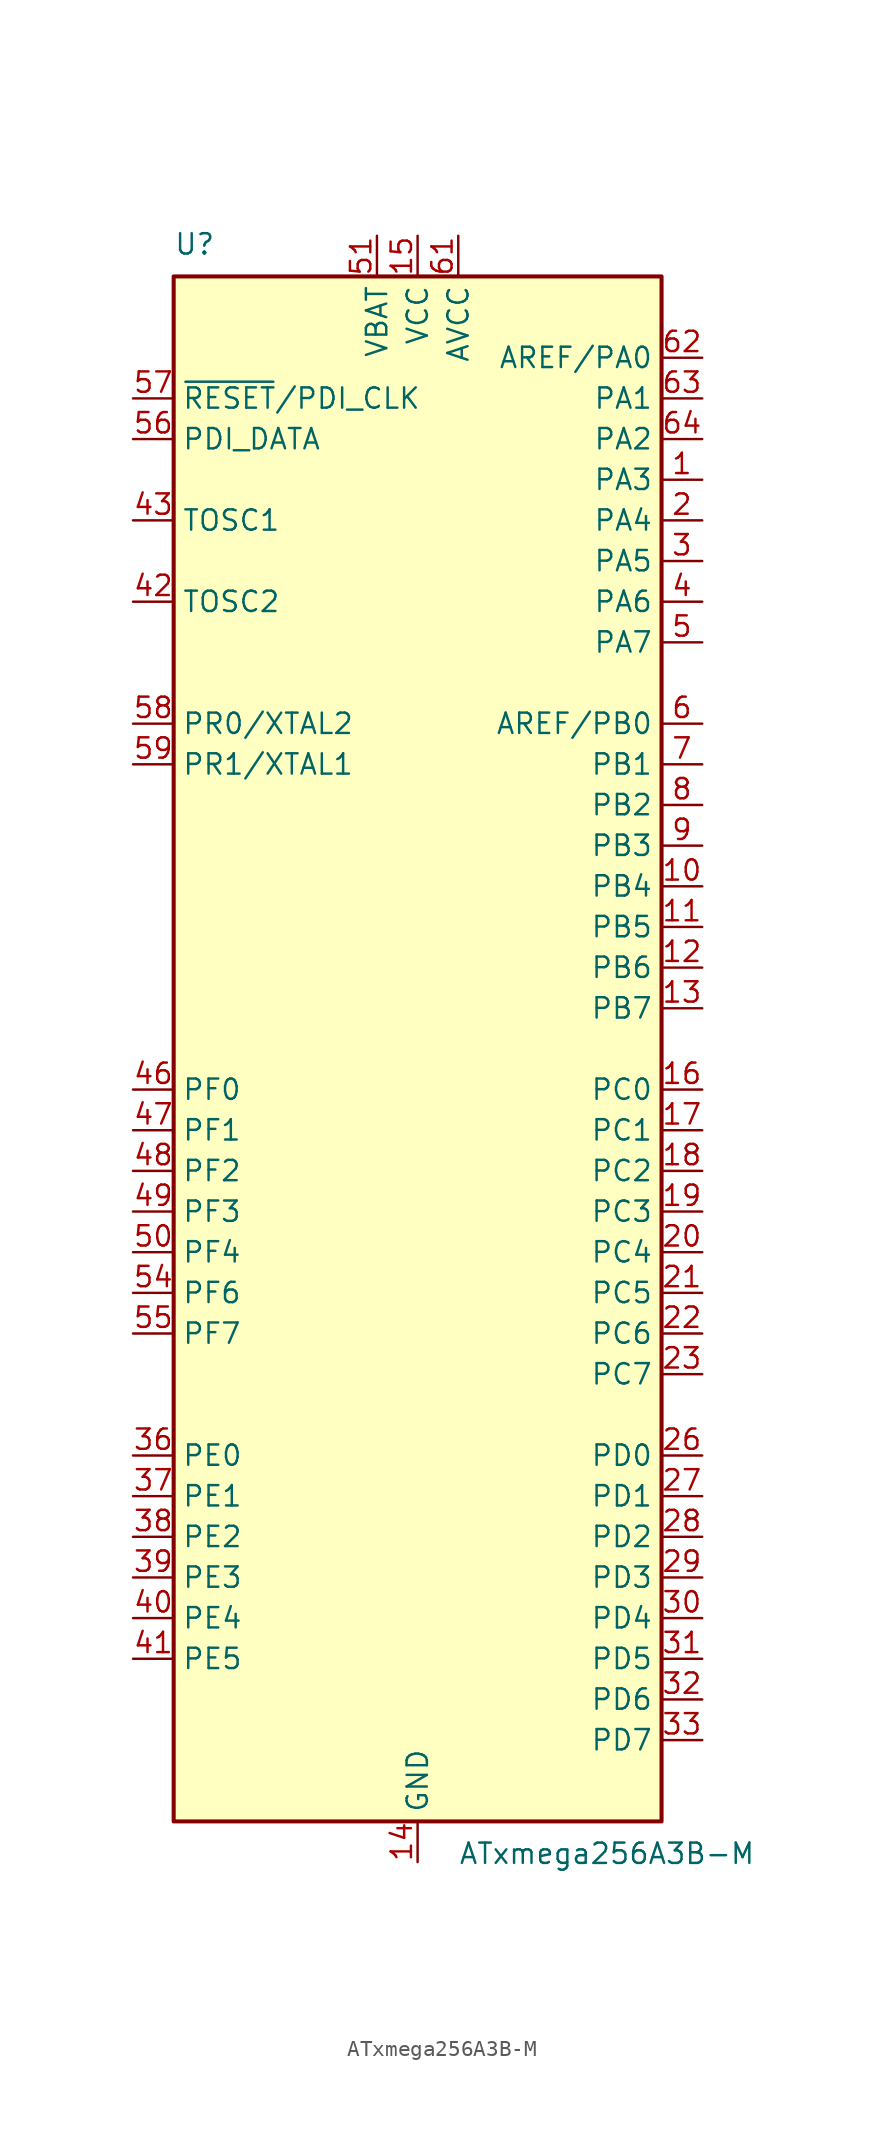
<source format=kicad_sym>
(kicad_symbol_lib
  (version 20201005)
  (generator kicad_symbol_editor)
  (symbol "MCU_Microchip_ATmega:ATxmega256A3B-M"
    (property "Reference" "U"
      (at -15.24 49.53 0)
      (effects (font (size 1.27 1.27)) (justify left bottom)))
    (property "Value" "ATxmega256A3B-M"
      (at 2.54 -49.53 0)
      (effects (font (size 1.27 1.27)) (justify left top)))
    (symbol "ATxmega256A3B-M_0_1"
      (rectangle (start -15.24 -48.26) (end 15.24 48.26) (stroke (width 0.254)) (fill (type background))))
    (symbol "ATxmega256A3B-M_1_1"
      (pin bidirectional line (at 17.78 35.56 180) (length 2.54) (name "PA3" (effects (font (size 1.27 1.27)))) (number "1" (effects (font (size 1.27 1.27)))))
      (pin bidirectional line (at 17.78 10.16 180) (length 2.54) (name "PB4" (effects (font (size 1.27 1.27)))) (number "10" (effects (font (size 1.27 1.27)))))
      (pin bidirectional line (at 17.78 7.62 180) (length 2.54) (name "PB5" (effects (font (size 1.27 1.27)))) (number "11" (effects (font (size 1.27 1.27)))))
      (pin bidirectional line (at 17.78 5.08 180) (length 2.54) (name "PB6" (effects (font (size 1.27 1.27)))) (number "12" (effects (font (size 1.27 1.27)))))
      (pin bidirectional line (at 17.78 2.54 180) (length 2.54) (name "PB7" (effects (font (size 1.27 1.27)))) (number "13" (effects (font (size 1.27 1.27)))))
      (pin power_in line (at 0 -50.8 90) (length 2.54) (name "GND" (effects (font (size 1.27 1.27)))) (number "14" (effects (font (size 1.27 1.27)))))
      (pin power_in line (at 0 50.8 270) (length 2.54) (name "VCC" (effects (font (size 1.27 1.27)))) (number "15" (effects (font (size 1.27 1.27)))))
      (pin bidirectional line (at 17.78 -2.54 180) (length 2.54) (name "PC0" (effects (font (size 1.27 1.27)))) (number "16" (effects (font (size 1.27 1.27)))))
      (pin bidirectional line (at 17.78 -5.08 180) (length 2.54) (name "PC1" (effects (font (size 1.27 1.27)))) (number "17" (effects (font (size 1.27 1.27)))))
      (pin bidirectional line (at 17.78 -7.62 180) (length 2.54) (name "PC2" (effects (font (size 1.27 1.27)))) (number "18" (effects (font (size 1.27 1.27)))))
      (pin bidirectional line (at 17.78 -10.16 180) (length 2.54) (name "PC3" (effects (font (size 1.27 1.27)))) (number "19" (effects (font (size 1.27 1.27)))))
      (pin bidirectional line (at 17.78 33.02 180) (length 2.54) (name "PA4" (effects (font (size 1.27 1.27)))) (number "2" (effects (font (size 1.27 1.27)))))
      (pin bidirectional line (at 17.78 -12.7 180) (length 2.54) (name "PC4" (effects (font (size 1.27 1.27)))) (number "20" (effects (font (size 1.27 1.27)))))
      (pin bidirectional line (at 17.78 -15.24 180) (length 2.54) (name "PC5" (effects (font (size 1.27 1.27)))) (number "21" (effects (font (size 1.27 1.27)))))
      (pin bidirectional line (at 17.78 -17.78 180) (length 2.54) (name "PC6" (effects (font (size 1.27 1.27)))) (number "22" (effects (font (size 1.27 1.27)))))
      (pin bidirectional line (at 17.78 -20.32 180) (length 2.54) (name "PC7" (effects (font (size 1.27 1.27)))) (number "23" (effects (font (size 1.27 1.27)))))
      (pin passive line (at 0 -50.8 90) (length 2.54) hide (name "GND" (effects (font (size 1.27 1.27)))) (number "24" (effects (font (size 1.27 1.27)))))
      (pin passive line (at 0 50.8 270) (length 2.54) hide (name "VCC" (effects (font (size 1.27 1.27)))) (number "25" (effects (font (size 1.27 1.27)))))
      (pin bidirectional line (at 17.78 -25.4 180) (length 2.54) (name "PD0" (effects (font (size 1.27 1.27)))) (number "26" (effects (font (size 1.27 1.27)))))
      (pin bidirectional line (at 17.78 -27.94 180) (length 2.54) (name "PD1" (effects (font (size 1.27 1.27)))) (number "27" (effects (font (size 1.27 1.27)))))
      (pin bidirectional line (at 17.78 -30.48 180) (length 2.54) (name "PD2" (effects (font (size 1.27 1.27)))) (number "28" (effects (font (size 1.27 1.27)))))
      (pin bidirectional line (at 17.78 -33.02 180) (length 2.54) (name "PD3" (effects (font (size 1.27 1.27)))) (number "29" (effects (font (size 1.27 1.27)))))
      (pin bidirectional line (at 17.78 30.48 180) (length 2.54) (name "PA5" (effects (font (size 1.27 1.27)))) (number "3" (effects (font (size 1.27 1.27)))))
      (pin bidirectional line (at 17.78 -35.56 180) (length 2.54) (name "PD4" (effects (font (size 1.27 1.27)))) (number "30" (effects (font (size 1.27 1.27)))))
      (pin bidirectional line (at 17.78 -38.1 180) (length 2.54) (name "PD5" (effects (font (size 1.27 1.27)))) (number "31" (effects (font (size 1.27 1.27)))))
      (pin bidirectional line (at 17.78 -40.64 180) (length 2.54) (name "PD6" (effects (font (size 1.27 1.27)))) (number "32" (effects (font (size 1.27 1.27)))))
      (pin bidirectional line (at 17.78 -43.18 180) (length 2.54) (name "PD7" (effects (font (size 1.27 1.27)))) (number "33" (effects (font (size 1.27 1.27)))))
      (pin passive line (at 0 -50.8 90) (length 2.54) hide (name "GND" (effects (font (size 1.27 1.27)))) (number "34" (effects (font (size 1.27 1.27)))))
      (pin passive line (at 0 50.8 270) (length 2.54) hide (name "VCC" (effects (font (size 1.27 1.27)))) (number "35" (effects (font (size 1.27 1.27)))))
      (pin bidirectional line (at -17.78 -25.4 0) (length 2.54) (name "PE0" (effects (font (size 1.27 1.27)))) (number "36" (effects (font (size 1.27 1.27)))))
      (pin bidirectional line (at -17.78 -27.94 0) (length 2.54) (name "PE1" (effects (font (size 1.27 1.27)))) (number "37" (effects (font (size 1.27 1.27)))))
      (pin bidirectional line (at -17.78 -30.48 0) (length 2.54) (name "PE2" (effects (font (size 1.27 1.27)))) (number "38" (effects (font (size 1.27 1.27)))))
      (pin bidirectional line (at -17.78 -33.02 0) (length 2.54) (name "PE3" (effects (font (size 1.27 1.27)))) (number "39" (effects (font (size 1.27 1.27)))))
      (pin bidirectional line (at 17.78 27.94 180) (length 2.54) (name "PA6" (effects (font (size 1.27 1.27)))) (number "4" (effects (font (size 1.27 1.27)))))
      (pin bidirectional line (at -17.78 -35.56 0) (length 2.54) (name "PE4" (effects (font (size 1.27 1.27)))) (number "40" (effects (font (size 1.27 1.27)))))
      (pin bidirectional line (at -17.78 -38.1 0) (length 2.54) (name "PE5" (effects (font (size 1.27 1.27)))) (number "41" (effects (font (size 1.27 1.27)))))
      (pin passive line (at -17.78 27.94 0) (length 2.54) (name "TOSC2" (effects (font (size 1.27 1.27)))) (number "42" (effects (font (size 1.27 1.27)))))
      (pin input line (at -17.78 33.02 0) (length 2.54) (name "TOSC1" (effects (font (size 1.27 1.27)))) (number "43" (effects (font (size 1.27 1.27)))))
      (pin passive line (at 0 -50.8 90) (length 2.54) hide (name "GND" (effects (font (size 1.27 1.27)))) (number "44" (effects (font (size 1.27 1.27)))))
      (pin passive line (at 0 50.8 270) (length 2.54) hide (name "VCC" (effects (font (size 1.27 1.27)))) (number "45" (effects (font (size 1.27 1.27)))))
      (pin bidirectional line (at -17.78 -2.54 0) (length 2.54) (name "PF0" (effects (font (size 1.27 1.27)))) (number "46" (effects (font (size 1.27 1.27)))))
      (pin bidirectional line (at -17.78 -5.08 0) (length 2.54) (name "PF1" (effects (font (size 1.27 1.27)))) (number "47" (effects (font (size 1.27 1.27)))))
      (pin bidirectional line (at -17.78 -7.62 0) (length 2.54) (name "PF2" (effects (font (size 1.27 1.27)))) (number "48" (effects (font (size 1.27 1.27)))))
      (pin bidirectional line (at -17.78 -10.16 0) (length 2.54) (name "PF3" (effects (font (size 1.27 1.27)))) (number "49" (effects (font (size 1.27 1.27)))))
      (pin bidirectional line (at 17.78 25.4 180) (length 2.54) (name "PA7" (effects (font (size 1.27 1.27)))) (number "5" (effects (font (size 1.27 1.27)))))
      (pin bidirectional line (at -17.78 -12.7 0) (length 2.54) (name "PF4" (effects (font (size 1.27 1.27)))) (number "50" (effects (font (size 1.27 1.27)))))
      (pin power_in line (at -2.54 50.8 270) (length 2.54) (name "VBAT" (effects (font (size 1.27 1.27)))) (number "51" (effects (font (size 1.27 1.27)))))
      (pin passive line (at 0 -50.8 90) (length 2.54) hide (name "GND" (effects (font (size 1.27 1.27)))) (number "52" (effects (font (size 1.27 1.27)))))
      (pin passive line (at 0 50.8 270) (length 2.54) hide (name "VCC" (effects (font (size 1.27 1.27)))) (number "53" (effects (font (size 1.27 1.27)))))
      (pin bidirectional line (at -17.78 -15.24 0) (length 2.54) (name "PF6" (effects (font (size 1.27 1.27)))) (number "54" (effects (font (size 1.27 1.27)))))
      (pin bidirectional line (at -17.78 -17.78 0) (length 2.54) (name "PF7" (effects (font (size 1.27 1.27)))) (number "55" (effects (font (size 1.27 1.27)))))
      (pin bidirectional line (at -17.78 38.1 0) (length 2.54) (name "PDI_DATA" (effects (font (size 1.27 1.27)))) (number "56" (effects (font (size 1.27 1.27)))))
      (pin input line (at -17.78 40.64 0) (length 2.54) (name "~RESET~/PDI_CLK" (effects (font (size 1.27 1.27)))) (number "57" (effects (font (size 1.27 1.27)))))
      (pin bidirectional line (at -17.78 20.32 0) (length 2.54) (name "PR0/XTAL2" (effects (font (size 1.27 1.27)))) (number "58" (effects (font (size 1.27 1.27)))))
      (pin bidirectional line (at -17.78 17.78 0) (length 2.54) (name "PR1/XTAL1" (effects (font (size 1.27 1.27)))) (number "59" (effects (font (size 1.27 1.27)))))
      (pin bidirectional line (at 17.78 20.32 180) (length 2.54) (name "AREF/PB0" (effects (font (size 1.27 1.27)))) (number "6" (effects (font (size 1.27 1.27)))))
      (pin passive line (at 0 -50.8 90) (length 2.54) hide (name "GND" (effects (font (size 1.27 1.27)))) (number "60" (effects (font (size 1.27 1.27)))))
      (pin power_in line (at 2.54 50.8 270) (length 2.54) (name "AVCC" (effects (font (size 1.27 1.27)))) (number "61" (effects (font (size 1.27 1.27)))))
      (pin bidirectional line (at 17.78 43.18 180) (length 2.54) (name "AREF/PA0" (effects (font (size 1.27 1.27)))) (number "62" (effects (font (size 1.27 1.27)))))
      (pin bidirectional line (at 17.78 40.64 180) (length 2.54) (name "PA1" (effects (font (size 1.27 1.27)))) (number "63" (effects (font (size 1.27 1.27)))))
      (pin bidirectional line (at 17.78 38.1 180) (length 2.54) (name "PA2" (effects (font (size 1.27 1.27)))) (number "64" (effects (font (size 1.27 1.27)))))
      (pin passive line (at 0 -50.8 90) (length 2.54) hide (name "GND" (effects (font (size 1.27 1.27)))) (number "65" (effects (font (size 1.27 1.27)))))
      (pin bidirectional line (at 17.78 17.78 180) (length 2.54) (name "PB1" (effects (font (size 1.27 1.27)))) (number "7" (effects (font (size 1.27 1.27)))))
      (pin bidirectional line (at 17.78 15.24 180) (length 2.54) (name "PB2" (effects (font (size 1.27 1.27)))) (number "8" (effects (font (size 1.27 1.27)))))
      (pin bidirectional line (at 17.78 12.7 180) (length 2.54) (name "PB3" (effects (font (size 1.27 1.27)))) (number "9" (effects (font (size 1.27 1.27))))))))
</source>
